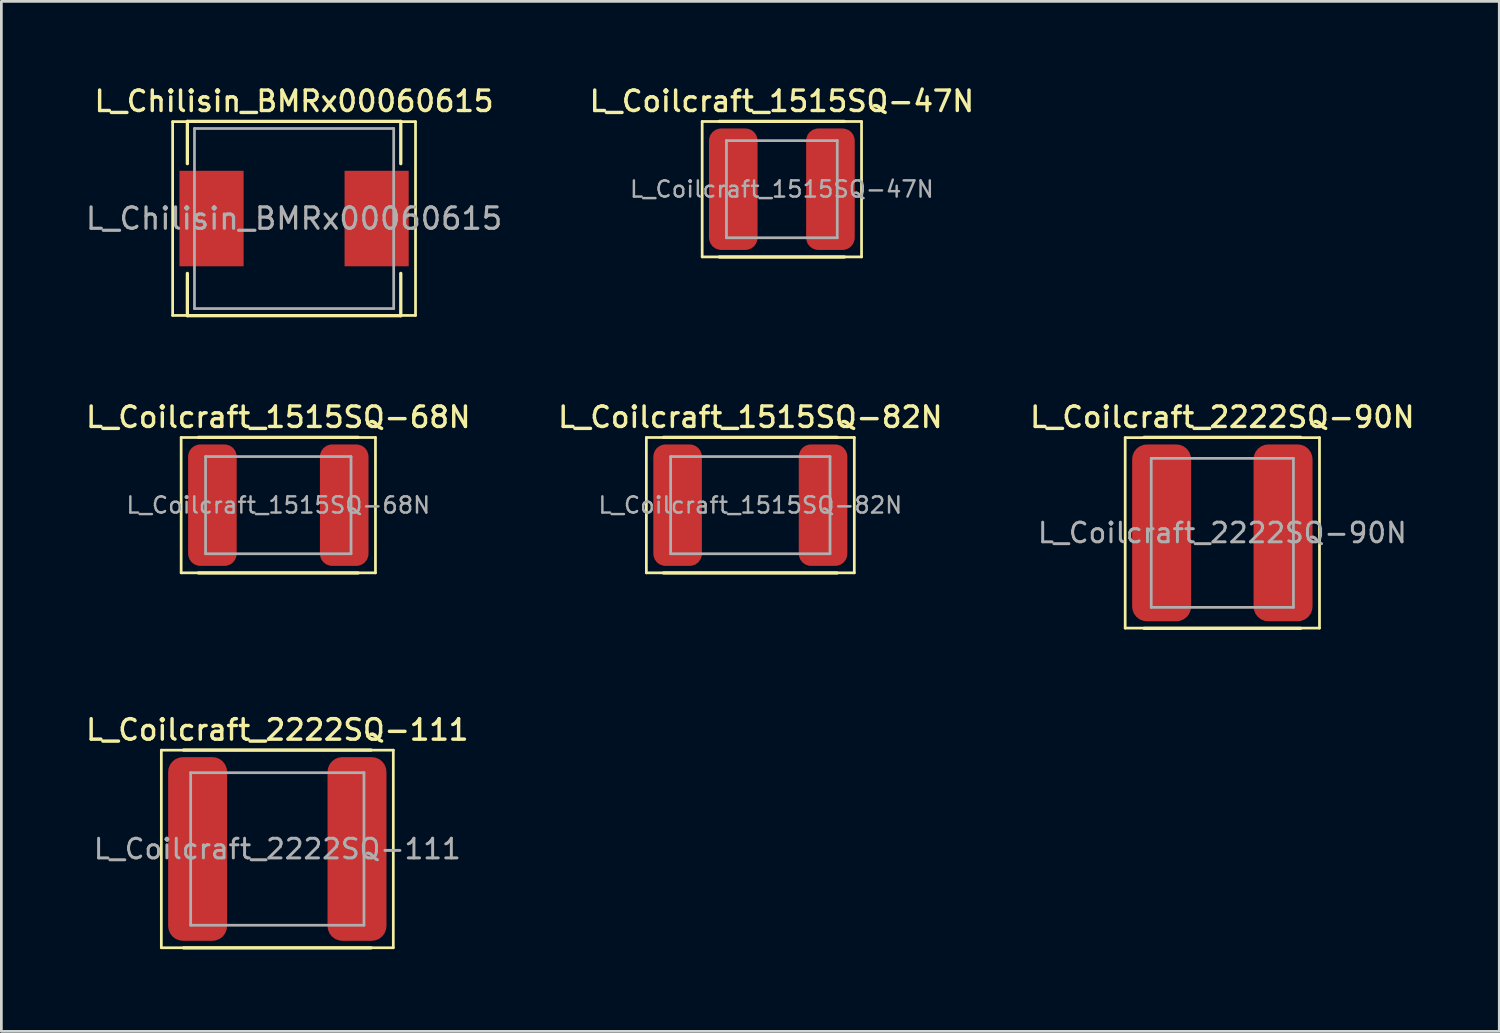
<source format=kicad_pcb>
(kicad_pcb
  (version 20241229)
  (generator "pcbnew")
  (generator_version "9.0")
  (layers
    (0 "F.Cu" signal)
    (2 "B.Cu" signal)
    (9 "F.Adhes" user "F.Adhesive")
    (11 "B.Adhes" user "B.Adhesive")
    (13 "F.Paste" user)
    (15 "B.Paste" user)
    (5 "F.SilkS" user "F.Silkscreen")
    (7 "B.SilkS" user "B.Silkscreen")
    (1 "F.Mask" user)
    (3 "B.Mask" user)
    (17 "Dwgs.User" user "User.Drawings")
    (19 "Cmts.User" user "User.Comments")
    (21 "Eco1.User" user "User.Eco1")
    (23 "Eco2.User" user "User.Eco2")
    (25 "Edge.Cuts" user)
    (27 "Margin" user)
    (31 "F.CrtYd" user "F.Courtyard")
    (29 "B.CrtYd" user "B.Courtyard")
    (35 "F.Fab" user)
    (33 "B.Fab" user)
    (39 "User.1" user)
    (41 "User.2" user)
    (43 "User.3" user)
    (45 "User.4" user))
  (footprint "L_Coilcraft_1515SQ-47N"
    (layer "F.Cu")
    (at 25.6 3.883)
    (property "Reference" "L_Coilcraft_1515SQ-47N" (at 0 -3.225 0) (layer "F.SilkS") (effects (font (size 0.75 0.75) (thickness 0.125))))
    (attr smd)
    (fp_line (start -2.92 -2.48) (end -2.92 2.48) (stroke (width 0.1) (type solid)) (layer "F.SilkS"))
    (fp_line (start -2.92 2.48) (end 2.92 2.48) (stroke (width 0.1) (type solid)) (layer "F.SilkS"))
    (fp_line (start -2.29 -2.485) (end 2.29 -2.485) (stroke (width 0.12) (type solid)) (layer "F.SilkS"))
    (fp_line (start -2.29 2.485) (end 2.29 2.485) (stroke (width 0.12) (type solid)) (layer "F.SilkS"))
    (fp_line (start 2.92 -2.48) (end -2.92 -2.48) (stroke (width 0.1) (type solid)) (layer "F.SilkS"))
    (fp_line (start 2.92 2.48) (end 2.92 -2.48) (stroke (width 0.1) (type solid)) (layer "F.SilkS"))
    (fp_line (start -2.03 -1.78) (end -2.03 1.78) (stroke (width 0.1) (type solid)) (layer "F.Fab"))
    (fp_line (start -2.03 1.78) (end 2.03 1.78) (stroke (width 0.1) (type solid)) (layer "F.Fab"))
    (fp_line (start 2.03 -1.78) (end -2.03 -1.78) (stroke (width 0.1) (type solid)) (layer "F.Fab"))
    (fp_line (start 2.03 1.78) (end 2.03 -1.78) (stroke (width 0.1) (type solid)) (layer "F.Fab"))
    (fp_text user "${REFERENCE}" (at 0 0 0) (layer "F.Fab") (effects (font (size 0.593 0.593) (thickness 0.089))))
    (pad "1" smd roundrect (at -1.78 0) (size 1.78 4.45) (layers "F.Cu" "F.Mask" "F.Paste") (roundrect_rratio 0.25))
    (pad "2" smd roundrect (at 1.78 0) (size 1.78 4.45) (layers "F.Cu" "F.Mask" "F.Paste") (roundrect_rratio 0.25)))
  (footprint "L_Coilcraft_1515SQ-82N"
    (layer "F.Cu")
    (at 24.445 15.461)
    (property "Reference" "L_Coilcraft_1515SQ-82N" (at 0 -3.225 0) (layer "F.SilkS") (effects (font (size 0.75 0.75) (thickness 0.125))))
    (attr smd)
    (fp_line (start -3.81 -2.48) (end -3.81 2.48) (stroke (width 0.1) (type solid)) (layer "F.SilkS"))
    (fp_line (start -3.81 2.48) (end 3.81 2.48) (stroke (width 0.1) (type solid)) (layer "F.SilkS"))
    (fp_line (start -3.18 -2.485) (end 3.18 -2.485) (stroke (width 0.12) (type solid)) (layer "F.SilkS"))
    (fp_line (start -3.18 2.485) (end 3.18 2.485) (stroke (width 0.12) (type solid)) (layer "F.SilkS"))
    (fp_line (start 3.81 -2.48) (end -3.81 -2.48) (stroke (width 0.1) (type solid)) (layer "F.SilkS"))
    (fp_line (start 3.81 2.48) (end 3.81 -2.48) (stroke (width 0.1) (type solid)) (layer "F.SilkS"))
    (fp_line (start -2.92 -1.78) (end -2.92 1.78) (stroke (width 0.1) (type solid)) (layer "F.Fab"))
    (fp_line (start -2.92 1.78) (end 2.92 1.78) (stroke (width 0.1) (type solid)) (layer "F.Fab"))
    (fp_line (start 2.92 -1.78) (end -2.92 -1.78) (stroke (width 0.1) (type solid)) (layer "F.Fab"))
    (fp_line (start 2.92 1.78) (end 2.92 -1.78) (stroke (width 0.1) (type solid)) (layer "F.Fab"))
    (fp_text user "${REFERENCE}" (at 0 0 0) (layer "F.Fab") (effects (font (size 0.593 0.593) (thickness 0.089))))
    (pad "1" smd roundrect (at -2.665 0) (size 1.78 4.45) (layers "F.Cu" "F.Mask" "F.Paste") (roundrect_rratio 0.25))
    (pad "2" smd roundrect (at 2.665 0) (size 1.78 4.45) (layers "F.Cu" "F.Mask" "F.Paste") (roundrect_rratio 0.25)))
  (footprint "L_Chilisin_BMRx00060615"
    (layer "F.Cu")
    (at 7.726 4.958)
    (property "Reference" "L_Chilisin_BMRx00060615" (at 0 -4.3 0) (layer "F.SilkS") (effects (font (size 0.75 0.75) (thickness 0.125))))
    (attr smd)
    (fp_line (start -4.45 -3.55) (end -4.45 3.55) (stroke (width 0.1) (type solid)) (layer "F.SilkS"))
    (fp_line (start -4.45 3.55) (end 4.45 3.55) (stroke (width 0.1) (type solid)) (layer "F.SilkS"))
    (fp_line (start -3.91 -3.56) (end -3.91 -2.01) (stroke (width 0.12) (type solid)) (layer "F.SilkS"))
    (fp_line (start -3.91 -3.56) (end 3.91 -3.56) (stroke (width 0.12) (type solid)) (layer "F.SilkS"))
    (fp_line (start -3.91 3.56) (end -3.91 2.01) (stroke (width 0.12) (type solid)) (layer "F.SilkS"))
    (fp_line (start -3.91 3.56) (end 3.91 3.56) (stroke (width 0.12) (type solid)) (layer "F.SilkS"))
    (fp_line (start 3.91 -3.56) (end 3.91 -2.01) (stroke (width 0.12) (type solid)) (layer "F.SilkS"))
    (fp_line (start 3.91 3.56) (end 3.91 2.01) (stroke (width 0.12) (type solid)) (layer "F.SilkS"))
    (fp_line (start 4.45 -3.55) (end -4.45 -3.55) (stroke (width 0.1) (type solid)) (layer "F.SilkS"))
    (fp_line (start 4.45 3.55) (end 4.45 -3.55) (stroke (width 0.1) (type solid)) (layer "F.SilkS"))
    (fp_line (start -3.65 -3.3) (end -3.65 3.3) (stroke (width 0.1) (type solid)) (layer "F.Fab"))
    (fp_line (start -3.65 3.3) (end 3.65 3.3) (stroke (width 0.1) (type solid)) (layer "F.Fab"))
    (fp_line (start 3.65 -3.3) (end -3.65 -3.3) (stroke (width 0.1) (type solid)) (layer "F.Fab"))
    (fp_line (start 3.65 3.3) (end 3.65 -3.3) (stroke (width 0.1) (type solid)) (layer "F.Fab"))
    (fp_text user "${REFERENCE}" (at 0 0 0) (layer "F.Fab") (effects (font (size 0.783 0.783) (thickness 0.117))))
    (pad "1" smd rect (at -3.025 0) (size 2.35 3.5) (layers "F.Cu" "F.Mask" "F.Paste"))
    (pad "2" smd rect (at 3.025 0) (size 2.35 3.5) (layers "F.Cu" "F.Mask" "F.Paste")))
  (footprint "L_Coilcraft_1515SQ-68N"
    (layer "F.Cu")
    (at 7.148 15.461)
    (property "Reference" "L_Coilcraft_1515SQ-68N" (at 0 -3.225 0) (layer "F.SilkS") (effects (font (size 0.75 0.75) (thickness 0.125))))
    (attr smd)
    (fp_line (start -3.56 -2.48) (end -3.56 2.48) (stroke (width 0.1) (type solid)) (layer "F.SilkS"))
    (fp_line (start -3.56 2.48) (end 3.56 2.48) (stroke (width 0.1) (type solid)) (layer "F.SilkS"))
    (fp_line (start -2.925 -2.485) (end 2.925 -2.485) (stroke (width 0.12) (type solid)) (layer "F.SilkS"))
    (fp_line (start -2.925 2.485) (end 2.925 2.485) (stroke (width 0.12) (type solid)) (layer "F.SilkS"))
    (fp_line (start 3.56 -2.48) (end -3.56 -2.48) (stroke (width 0.1) (type solid)) (layer "F.SilkS"))
    (fp_line (start 3.56 2.48) (end 3.56 -2.48) (stroke (width 0.1) (type solid)) (layer "F.SilkS"))
    (fp_line (start -2.665 -1.78) (end -2.665 1.78) (stroke (width 0.1) (type solid)) (layer "F.Fab"))
    (fp_line (start -2.665 1.78) (end 2.665 1.78) (stroke (width 0.1) (type solid)) (layer "F.Fab"))
    (fp_line (start 2.665 -1.78) (end -2.665 -1.78) (stroke (width 0.1) (type solid)) (layer "F.Fab"))
    (fp_line (start 2.665 1.78) (end 2.665 -1.78) (stroke (width 0.1) (type solid)) (layer "F.Fab"))
    (fp_text user "${REFERENCE}" (at 0 0 0) (layer "F.Fab") (effects (font (size 0.593 0.593) (thickness 0.089))))
    (pad "1" smd roundrect (at -2.415 0) (size 1.78 4.45) (layers "F.Cu" "F.Mask" "F.Paste") (roundrect_rratio 0.25))
    (pad "2" smd roundrect (at 2.415 0) (size 1.78 4.45) (layers "F.Cu" "F.Mask" "F.Paste") (roundrect_rratio 0.25)))
  (footprint "L_Coilcraft_2222SQ-90N"
    (layer "F.Cu")
    (at 41.741 16.476)
    (property "Reference" "L_Coilcraft_2222SQ-90N" (at 0 -4.24 0) (layer "F.SilkS") (effects (font (size 0.75 0.75) (thickness 0.125))))
    (attr smd)
    (fp_line (start -3.56 -3.49) (end -3.56 3.49) (stroke (width 0.1) (type solid)) (layer "F.SilkS"))
    (fp_line (start -3.56 3.49) (end 3.56 3.49) (stroke (width 0.1) (type solid)) (layer "F.SilkS"))
    (fp_line (start -2.865 -3.5) (end 2.865 -3.5) (stroke (width 0.12) (type solid)) (layer "F.SilkS"))
    (fp_line (start -2.865 3.5) (end 2.865 3.5) (stroke (width 0.12) (type solid)) (layer "F.SilkS"))
    (fp_line (start 3.56 -3.49) (end -3.56 -3.49) (stroke (width 0.1) (type solid)) (layer "F.SilkS"))
    (fp_line (start 3.56 3.49) (end 3.56 -3.49) (stroke (width 0.1) (type solid)) (layer "F.SilkS"))
    (fp_line (start -2.605 -2.73) (end -2.605 2.73) (stroke (width 0.1) (type solid)) (layer "F.Fab"))
    (fp_line (start -2.605 2.73) (end 2.605 2.73) (stroke (width 0.1) (type solid)) (layer "F.Fab"))
    (fp_line (start 2.605 -2.73) (end -2.605 -2.73) (stroke (width 0.1) (type solid)) (layer "F.Fab"))
    (fp_line (start 2.605 2.73) (end 2.605 -2.73) (stroke (width 0.1) (type solid)) (layer "F.Fab"))
    (fp_text user "${REFERENCE}" (at 0 0 0) (layer "F.Fab") (effects (font (size 0.72 0.72) (thickness 0.108))))
    (pad "1" smd roundrect (at -2.225 0) (size 2.16 6.48) (layers "F.Cu" "F.Mask" "F.Paste") (roundrect_rratio 0.25))
    (pad "2" smd roundrect (at 2.225 0) (size 2.16 6.48) (layers "F.Cu" "F.Mask" "F.Paste") (roundrect_rratio 0.25)))
  (footprint "L_Coilcraft_2222SQ-111"
    (layer "F.Cu")
    (at 7.112 28.059)
    (property "Reference" "L_Coilcraft_2222SQ-111" (at 0 -4.365 0) (layer "F.SilkS") (effects (font (size 0.75 0.75) (thickness 0.125))))
    (attr smd)
    (fp_line (start -4.25 -3.62) (end -4.25 3.62) (stroke (width 0.1) (type solid)) (layer "F.SilkS"))
    (fp_line (start -4.25 3.62) (end 4.25 3.62) (stroke (width 0.1) (type solid)) (layer "F.SilkS"))
    (fp_line (start -3.435 -3.625) (end 3.435 -3.625) (stroke (width 0.12) (type solid)) (layer "F.SilkS"))
    (fp_line (start -3.435 3.625) (end 3.435 3.625) (stroke (width 0.12) (type solid)) (layer "F.SilkS"))
    (fp_line (start 4.25 -3.62) (end -4.25 -3.62) (stroke (width 0.1) (type solid)) (layer "F.SilkS"))
    (fp_line (start 4.25 3.62) (end 4.25 -3.62) (stroke (width 0.1) (type solid)) (layer "F.SilkS"))
    (fp_line (start -3.175 -2.795) (end -3.175 2.795) (stroke (width 0.1) (type solid)) (layer "F.Fab"))
    (fp_line (start -3.175 2.795) (end 3.175 2.795) (stroke (width 0.1) (type solid)) (layer "F.Fab"))
    (fp_line (start 3.175 -2.795) (end -3.175 -2.795) (stroke (width 0.1) (type solid)) (layer "F.Fab"))
    (fp_line (start 3.175 2.795) (end 3.175 -2.795) (stroke (width 0.1) (type solid)) (layer "F.Fab"))
    (fp_text user "${REFERENCE}" (at 0 0 0) (layer "F.Fab") (effects (font (size 0.72 0.72) (thickness 0.108))))
    (pad "1" smd roundrect (at -2.92 0) (size 2.16 6.73) (layers "F.Cu" "F.Mask" "F.Paste") (roundrect_rratio 0.25))
    (pad "2" smd roundrect (at 2.92 0) (size 2.16 6.73) (layers "F.Cu" "F.Mask" "F.Paste") (roundrect_rratio 0.25)))
  (gr_rect
    (start -3 -3)
    (end 51.889 34.744)
    (stroke (width 0.1) (type default))
    (fill no)
    (layer "Edge.Cuts")))
</source>
